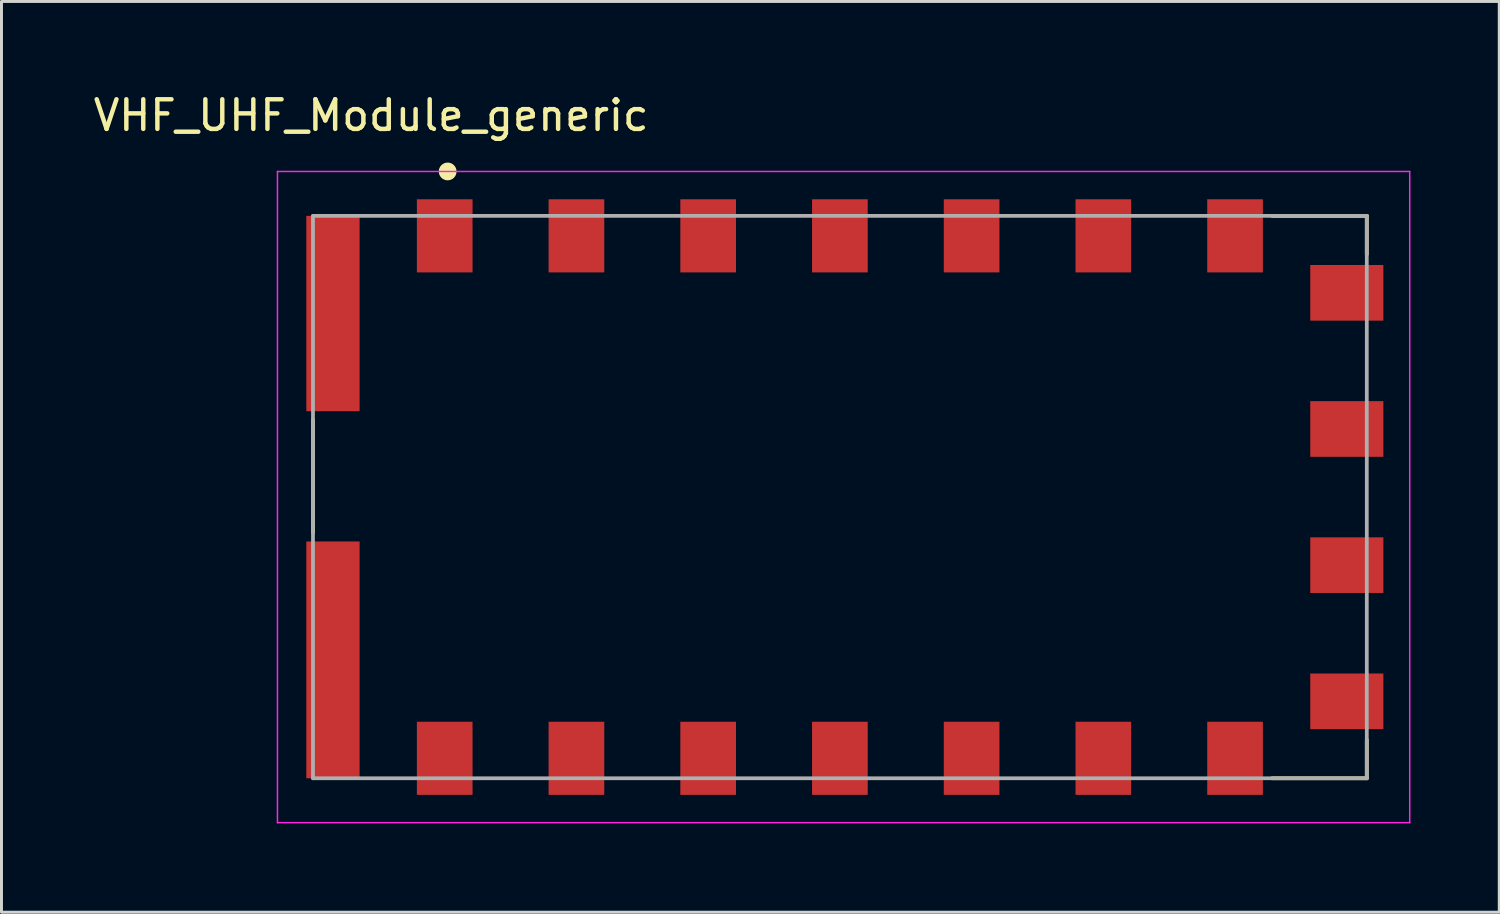
<source format=kicad_pcb>
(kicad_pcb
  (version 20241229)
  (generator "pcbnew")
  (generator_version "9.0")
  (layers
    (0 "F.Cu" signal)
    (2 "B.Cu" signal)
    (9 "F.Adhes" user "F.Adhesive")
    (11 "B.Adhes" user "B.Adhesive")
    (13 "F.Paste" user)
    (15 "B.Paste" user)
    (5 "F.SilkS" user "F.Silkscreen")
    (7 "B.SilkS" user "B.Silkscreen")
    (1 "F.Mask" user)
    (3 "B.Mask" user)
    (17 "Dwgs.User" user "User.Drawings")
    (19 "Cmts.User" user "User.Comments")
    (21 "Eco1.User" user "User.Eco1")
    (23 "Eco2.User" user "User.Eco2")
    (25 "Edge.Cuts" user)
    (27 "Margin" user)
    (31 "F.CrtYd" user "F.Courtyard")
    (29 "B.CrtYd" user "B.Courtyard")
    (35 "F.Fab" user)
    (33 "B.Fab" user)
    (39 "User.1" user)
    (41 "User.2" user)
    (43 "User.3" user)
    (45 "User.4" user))
  (footprint "VHF_UHF_Module_generic"
    (layer "F.Cu")
    (at 25.323 13.742)
    (property "Reference" "VHF_UHF_Module_generic" (at -15.835 -12.893 0) (layer "F.SilkS") (effects (font (size 1.001 1.001) (thickness 0.15))))
    (property "Value" "${Value}" (at -10.766 12.138 0) (layer "F.Fab") (hide yes) (effects (font (size 1.002 1.002) (thickness 0.15))))
    (attr smd)
    (fp_line (start -17.8 -2.6) (end -17.8 1.2) (stroke (width 0.127) (type solid)) (layer "F.SilkS"))
    (fp_line (start 14.6 -9.5) (end 17.8 -9.5) (stroke (width 0.127) (type solid)) (layer "F.SilkS"))
    (fp_line (start 17.8 -9.5) (end 17.8 -8.2) (stroke (width 0.127) (type solid)) (layer "F.SilkS"))
    (fp_line (start 17.8 8.2) (end 17.8 9.5) (stroke (width 0.127) (type solid)) (layer "F.SilkS"))
    (fp_line (start 17.8 9.5) (end 14.6 9.5) (stroke (width 0.127) (type solid)) (layer "F.SilkS"))
    (fp_circle (center -13.25 -11) (end -13.1 -11) (stroke (width 0.3) (type solid)) (fill no) (layer "F.SilkS"))
    (fp_line (start -19 -11) (end 19.25 -11) (stroke (width 0.05) (type solid)) (layer "F.CrtYd"))
    (fp_line (start -19 11) (end -19 -11) (stroke (width 0.05) (type solid)) (layer "F.CrtYd"))
    (fp_line (start 19.25 -11) (end 19.25 11) (stroke (width 0.05) (type solid)) (layer "F.CrtYd"))
    (fp_line (start 19.25 11) (end -19 11) (stroke (width 0.05) (type solid)) (layer "F.CrtYd"))
    (fp_line (start -17.8 -9.5) (end 17.8 -9.5) (stroke (width 0.127) (type solid)) (layer "F.Fab"))
    (fp_line (start -17.8 9.5) (end -17.8 -9.5) (stroke (width 0.127) (type solid)) (layer "F.Fab"))
    (fp_line (start 17.8 -9.5) (end 17.8 9.5) (stroke (width 0.127) (type solid)) (layer "F.Fab"))
    (fp_line (start 17.8 9.5) (end -17.8 9.5) (stroke (width 0.127) (type solid)) (layer "F.Fab"))
    (pad "1" smd rect (at -13.35 -8.825) (size 1.88 2.47) (layers "F.Cu" "F.Mask" "F.Paste"))
    (pad "2" smd rect (at -8.9 -8.825) (size 1.88 2.47) (layers "F.Cu" "F.Mask" "F.Paste"))
    (pad "3" smd rect (at -4.45 -8.825) (size 1.88 2.47) (layers "F.Cu" "F.Mask" "F.Paste"))
    (pad "4" smd rect (at 0 -8.825) (size 1.88 2.47) (layers "F.Cu" "F.Mask" "F.Paste"))
    (pad "5" smd rect (at 4.45 -8.825) (size 1.88 2.47) (layers "F.Cu" "F.Mask" "F.Paste"))
    (pad "6" smd rect (at 8.9 -8.825) (size 1.88 2.47) (layers "F.Cu" "F.Mask" "F.Paste"))
    (pad "7" smd rect (at 13.35 -8.825) (size 1.88 2.47) (layers "F.Cu" "F.Mask" "F.Paste"))
    (pad "8" smd rect (at 17.125 -6.9) (size 2.47 1.88) (layers "F.Cu" "F.Mask" "F.Paste"))
    (pad "9" smd rect (at 17.125 -2.3) (size 2.47 1.88) (layers "F.Cu" "F.Mask" "F.Paste"))
    (pad "10" smd rect (at 17.125 2.3) (size 2.47 1.88) (layers "F.Cu" "F.Mask" "F.Paste"))
    (pad "11" smd rect (at 17.125 6.9) (size 2.47 1.88) (layers "F.Cu" "F.Mask" "F.Paste"))
    (pad "12" smd rect (at 13.35 8.825) (size 1.88 2.47) (layers "F.Cu" "F.Mask" "F.Paste"))
    (pad "13" smd rect (at 8.9 8.825) (size 1.88 2.47) (layers "F.Cu" "F.Mask" "F.Paste"))
    (pad "14" smd rect (at 4.45 8.825) (size 1.88 2.47) (layers "F.Cu" "F.Mask" "F.Paste"))
    (pad "15" smd rect (at 0 8.825) (size 1.88 2.47) (layers "F.Cu" "F.Mask" "F.Paste"))
    (pad "16" smd rect (at -4.45 8.825) (size 1.88 2.47) (layers "F.Cu" "F.Mask" "F.Paste"))
    (pad "17" smd rect (at -8.9 8.825) (size 1.88 2.47) (layers "F.Cu" "F.Mask" "F.Paste"))
    (pad "18" smd rect (at -13.35 8.825) (size 1.88 2.47) (layers "F.Cu" "F.Mask" "F.Paste"))
    (pad "P2" smd rect (at -17.125 -6.2) (size 1.8 6.6) (layers "F.Cu" "F.Mask" "F.Paste"))
    (pad "P3" smd rect (at -17.125 5.5) (size 1.8 8) (layers "F.Cu" "F.Mask" "F.Paste"))
    (zone (net_name "") (layer "F.Cu") (hatch full 0.508) (connect_pads) (min_thickness 0.01) (filled_areas_thickness no) (keepout (tracks not_allowed) (vias not_allowed) (pads not_allowed) (copperpour not_allowed) (footprints allowed)) (placement (enabled no)) (fill) (polygon (pts (xy 32.134 9.992) (xy 40.123 9.992) (xy 40.123 16.246) (xy 32.134 16.246))))
    (zone (net_name "") (layers "F.Cu" "B.Cu") (hatch full 0.508) (connect_pads) (min_thickness 0.01) (filled_areas_thickness no) (keepout (tracks allowed) (vias not_allowed) (pads allowed) (copperpour allowed) (footprints allowed)) (placement (enabled no)) (fill) (polygon (pts (xy 32.128 9.992) (xy 40.123 9.992) (xy 40.123 16.244) (xy 32.128 16.244)))))
  (gr_rect
    (start -3 -3)
    (end 47.598 27.767)
    (stroke (width 0.1) (type default))
    (fill no)
    (layer "Edge.Cuts")))
</source>
